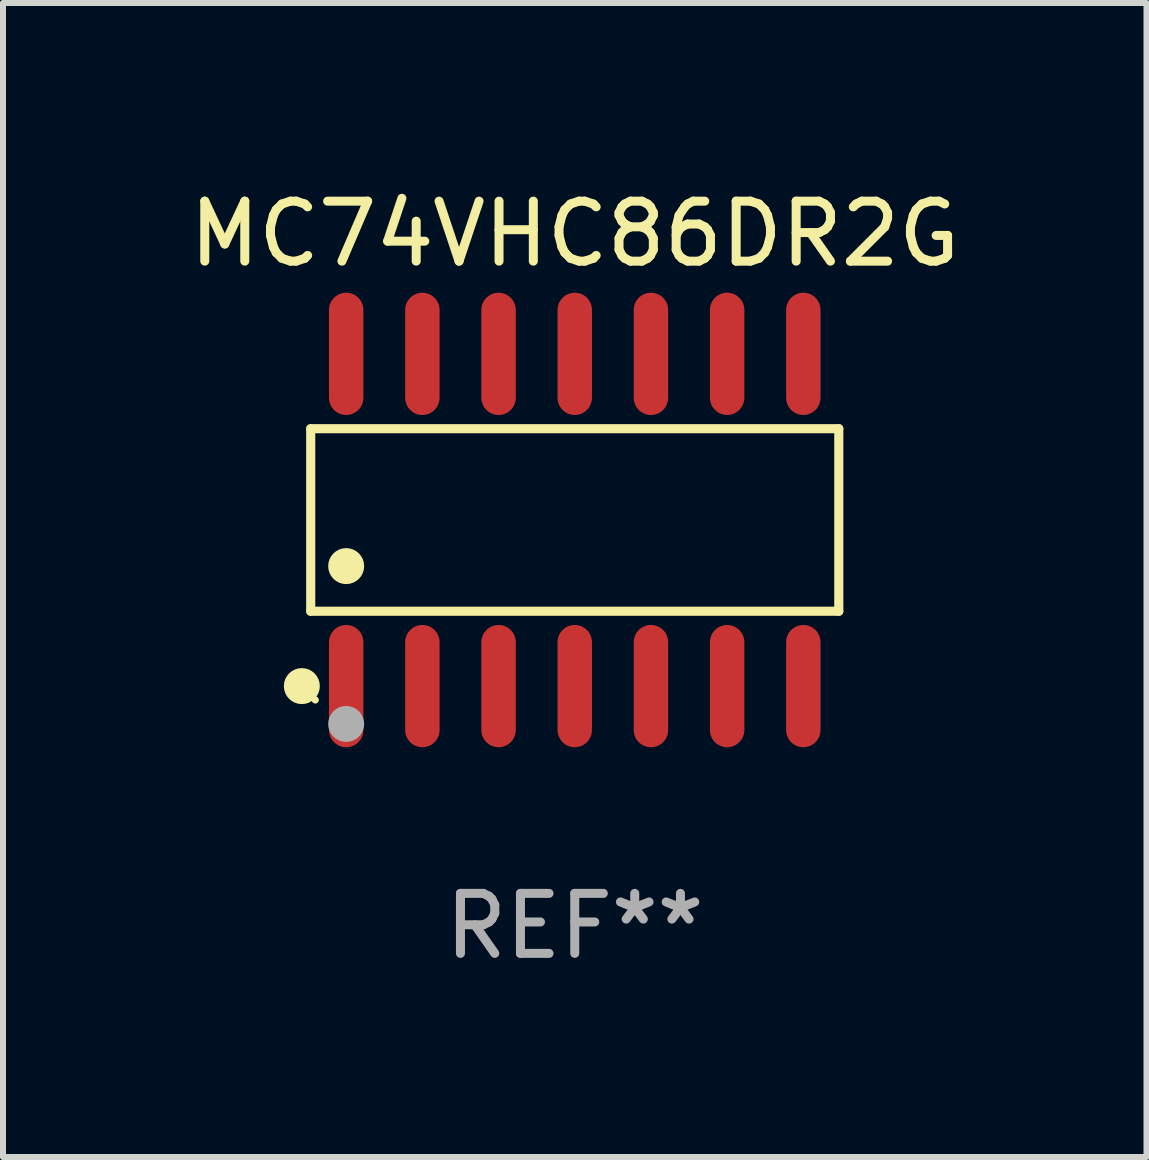
<source format=kicad_pcb>
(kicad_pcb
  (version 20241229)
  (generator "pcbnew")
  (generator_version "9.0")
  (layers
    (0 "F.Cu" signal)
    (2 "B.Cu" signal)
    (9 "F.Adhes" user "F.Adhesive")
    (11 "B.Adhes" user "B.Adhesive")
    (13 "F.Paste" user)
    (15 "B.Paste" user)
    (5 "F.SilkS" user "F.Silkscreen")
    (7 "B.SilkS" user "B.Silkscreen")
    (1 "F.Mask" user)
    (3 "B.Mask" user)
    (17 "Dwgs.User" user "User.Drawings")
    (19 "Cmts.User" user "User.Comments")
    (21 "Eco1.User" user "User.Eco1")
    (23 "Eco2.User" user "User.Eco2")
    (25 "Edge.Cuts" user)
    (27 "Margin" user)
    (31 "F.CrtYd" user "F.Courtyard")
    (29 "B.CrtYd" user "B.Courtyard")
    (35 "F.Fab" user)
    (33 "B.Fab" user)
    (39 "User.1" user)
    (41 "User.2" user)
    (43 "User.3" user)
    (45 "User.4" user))
  (footprint "MC74VHC86DR2G"
    (layer "F.Cu")
    (at 6.53 5.617)
    (property "Reference" "MC74VHC86DR2G" (at 0 -4.769 0) (layer "F.SilkS") (effects (font (size 1 1) (thickness 0.15))))
    (attr through_hole)
    (fp_line (start -4.401 -1.521) (end 4.401 -1.521) (stroke (width 0.152) (type solid)) (layer "F.SilkS"))
    (fp_line (start -4.401 1.521) (end -4.401 -1.521) (stroke (width 0.152) (type solid)) (layer "F.SilkS"))
    (fp_line (start 4.401 -1.521) (end 4.401 1.521) (stroke (width 0.152) (type solid)) (layer "F.SilkS"))
    (fp_line (start 4.401 1.521) (end -4.401 1.521) (stroke (width 0.152) (type solid)) (layer "F.SilkS"))
    (fp_circle (center -4.549 2.769) (end -4.399 2.769) (stroke (width 0.3) (type solid)) (fill no) (layer "F.SilkS"))
    (fp_circle (center -4.325 3) (end -4.295 3) (stroke (width 0.06) (type solid)) (fill no) (layer "F.SilkS"))
    (fp_circle (center -3.81 0.769) (end -3.66 0.769) (stroke (width 0.3) (type solid)) (fill no) (layer "F.SilkS"))
    (fp_circle (center -3.81 3.4) (end -3.66 3.4) (stroke (width 0.3) (type solid)) (fill no) (layer "F.Fab"))
    (fp_text user "REF**" (at 0 6.769 0) (layer "F.Fab") (effects (font (size 1 1) (thickness 0.15))))
    (pad "1" smd oval (at -3.81 2.769) (size 0.574 2.038) (layers "F.Cu" "F.Mask" "F.Paste"))
    (pad "2" smd oval (at -2.54 2.769) (size 0.574 2.038) (layers "F.Cu" "F.Mask" "F.Paste"))
    (pad "3" smd oval (at -1.27 2.769) (size 0.574 2.038) (layers "F.Cu" "F.Mask" "F.Paste"))
    (pad "4" smd oval (at 0 2.769) (size 0.574 2.038) (layers "F.Cu" "F.Mask" "F.Paste"))
    (pad "5" smd oval (at 1.27 2.769) (size 0.574 2.038) (layers "F.Cu" "F.Mask" "F.Paste"))
    (pad "6" smd oval (at 2.54 2.769) (size 0.574 2.038) (layers "F.Cu" "F.Mask" "F.Paste"))
    (pad "7" smd oval (at 3.81 2.769) (size 0.574 2.038) (layers "F.Cu" "F.Mask" "F.Paste"))
    (pad "8" smd oval (at 3.81 -2.769) (size 0.574 2.038) (layers "F.Cu" "F.Mask" "F.Paste"))
    (pad "9" smd oval (at 2.54 -2.769) (size 0.574 2.038) (layers "F.Cu" "F.Mask" "F.Paste"))
    (pad "10" smd oval (at 1.27 -2.769) (size 0.574 2.038) (layers "F.Cu" "F.Mask" "F.Paste"))
    (pad "11" smd oval (at 0 -2.769) (size 0.574 2.038) (layers "F.Cu" "F.Mask" "F.Paste"))
    (pad "12" smd oval (at -1.27 -2.769) (size 0.574 2.038) (layers "F.Cu" "F.Mask" "F.Paste"))
    (pad "13" smd oval (at -2.54 -2.769) (size 0.574 2.038) (layers "F.Cu" "F.Mask" "F.Paste"))
    (pad "14" smd oval (at -3.81 -2.769) (size 0.574 2.038) (layers "F.Cu" "F.Mask" "F.Paste")))
  (gr_rect
    (start -3 -3)
    (end 16.06 16.235)
    (stroke (width 0.1) (type default))
    (fill no)
    (layer "Edge.Cuts")))
</source>
